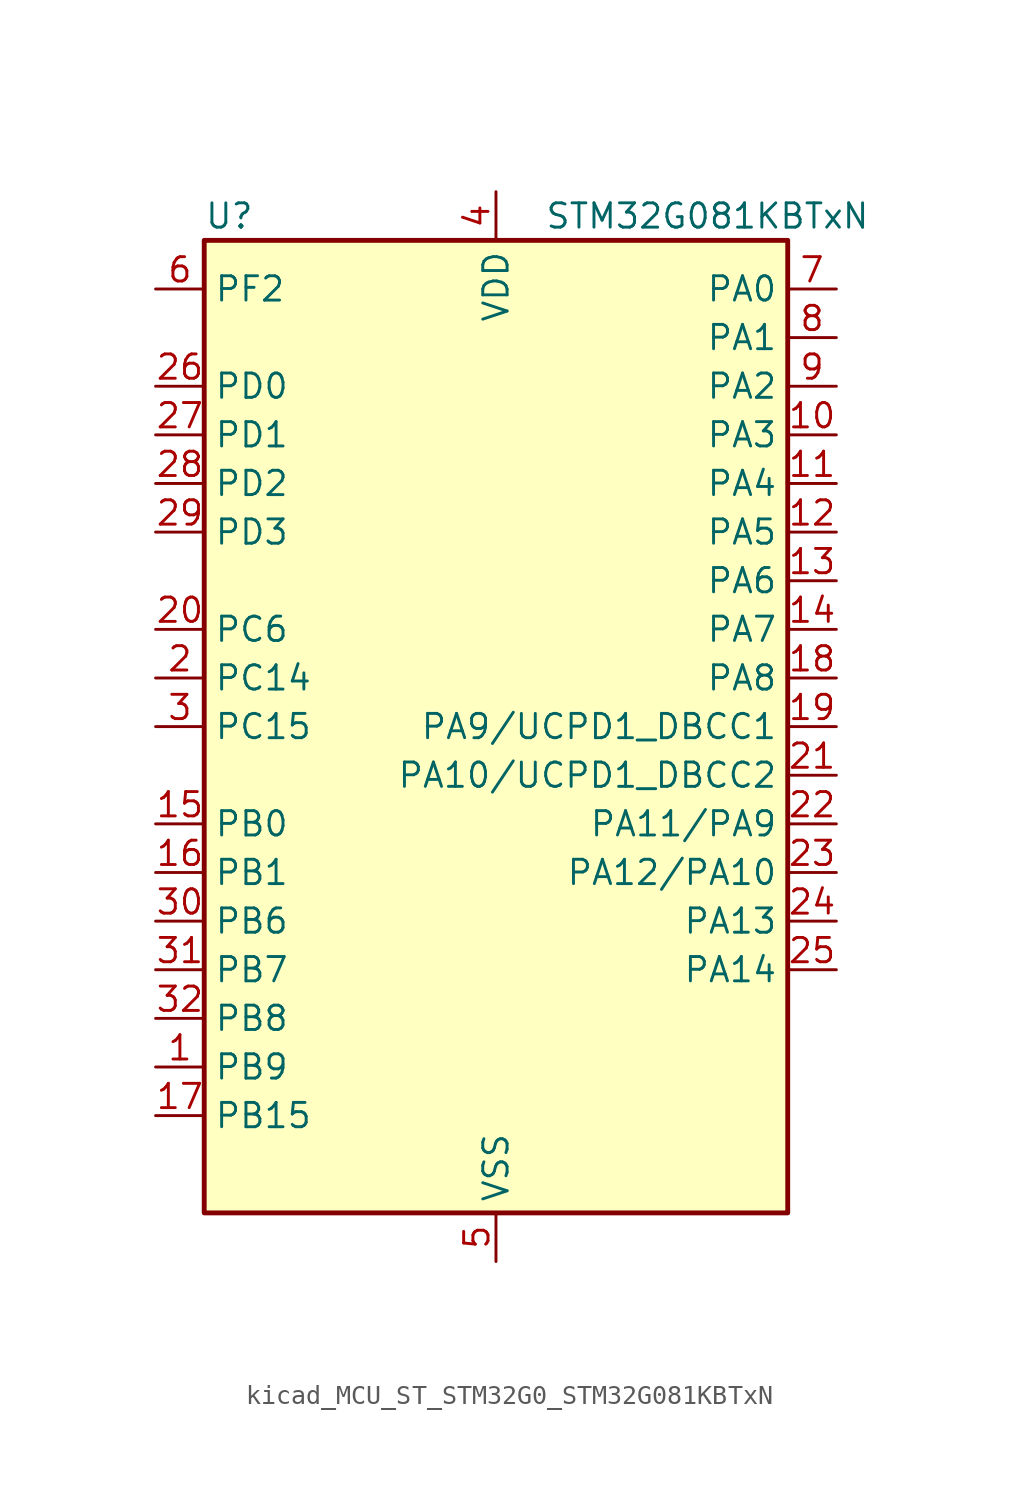
<source format=kicad_sym>
(kicad_symbol_lib
  (version 20220914)
  (generator kicad_symbol_editor)
  (symbol "kicad_MCU_ST_STM32G0_STM32G081KBTxN"
    (property "Reference" "U"
      (at -15.24 26.67 0)
      (effects (font (size 1.27 1.27)) (justify left)))
    (property "Value" "STM32G081KBTxN"
      (at 2.54 26.67 0)
      (effects (font (size 1.27 1.27)) (justify left)))
    (property "ki_locked" ""
      (at 0 0 0)
      (effects (font (size 1.27 1.27))))
    (symbol "kicad_MCU_ST_STM32G0_STM32G081KBTxN_0_1"
      (rectangle (start -15.24 -25.4) (end 15.24 25.4) (stroke (width 0.254) (type default)) (fill (type background))))
    (symbol "kicad_MCU_ST_STM32G0_STM32G081KBTxN_1_1"
      (pin bidirectional line (at -17.78 -17.78 0) (length 2.54) (name "PB9" (effects (font (size 1.27 1.27)))) (number "1" (effects (font (size 1.27 1.27)))) (alternate "DAC1_EXTI9" bidirectional line) (alternate "I2C1_SDA" bidirectional line) (alternate "IR_OUT" bidirectional line) (alternate "SPI2_NSS" bidirectional line) (alternate "TIM17_CH1" bidirectional line) (alternate "UCPD2_FRSTX1" bidirectional line) (alternate "UCPD2_FRSTX2" bidirectional line) (alternate "USART3_RX" bidirectional line))
      (pin bidirectional line (at 17.78 15.24 180) (length 2.54) (name "PA3" (effects (font (size 1.27 1.27)))) (number "10" (effects (font (size 1.27 1.27)))) (alternate "ADC1_IN3" bidirectional line) (alternate "COMP2_INP" bidirectional line) (alternate "LPUART1_RX" bidirectional line) (alternate "SPI2_MISO" bidirectional line) (alternate "TIM15_CH2" bidirectional line) (alternate "TIM2_CH4" bidirectional line) (alternate "UCPD2_FRSTX1" bidirectional line) (alternate "UCPD2_FRSTX2" bidirectional line) (alternate "USART2_RX" bidirectional line))
      (pin bidirectional line (at 17.78 12.7 180) (length 2.54) (name "PA4" (effects (font (size 1.27 1.27)))) (number "11" (effects (font (size 1.27 1.27)))) (alternate "ADC1_IN4" bidirectional line) (alternate "DAC1_OUT1" bidirectional line) (alternate "I2S1_WS" bidirectional line) (alternate "LPTIM2_OUT" bidirectional line) (alternate "RTC_OUT_ALARM" bidirectional line) (alternate "RTC_OUT_CALIB" bidirectional line) (alternate "RTC_TAMP_IN1" bidirectional line) (alternate "RTC_TS" bidirectional line) (alternate "SPI1_NSS" bidirectional line) (alternate "SPI2_MOSI" bidirectional line) (alternate "SYS_WKUP2" bidirectional line) (alternate "TIM14_CH1" bidirectional line) (alternate "UCPD2_FRSTX1" bidirectional line) (alternate "UCPD2_FRSTX2" bidirectional line))
      (pin bidirectional line (at 17.78 10.16 180) (length 2.54) (name "PA5" (effects (font (size 1.27 1.27)))) (number "12" (effects (font (size 1.27 1.27)))) (alternate "ADC1_IN5" bidirectional line) (alternate "CEC" bidirectional line) (alternate "DAC1_OUT2" bidirectional line) (alternate "I2S1_CK" bidirectional line) (alternate "LPTIM2_ETR" bidirectional line) (alternate "SPI1_SCK" bidirectional line) (alternate "TIM2_CH1" bidirectional line) (alternate "TIM2_ETR" bidirectional line) (alternate "UCPD1_FRSTX1" bidirectional line) (alternate "UCPD1_FRSTX2" bidirectional line) (alternate "USART3_TX" bidirectional line))
      (pin bidirectional line (at 17.78 7.62 180) (length 2.54) (name "PA6" (effects (font (size 1.27 1.27)))) (number "13" (effects (font (size 1.27 1.27)))) (alternate "ADC1_IN6" bidirectional line) (alternate "COMP1_OUT" bidirectional line) (alternate "I2S1_MCK" bidirectional line) (alternate "LPUART1_CTS" bidirectional line) (alternate "SPI1_MISO" bidirectional line) (alternate "TIM16_CH1" bidirectional line) (alternate "TIM1_BK" bidirectional line) (alternate "TIM3_CH1" bidirectional line) (alternate "USART3_CTS" bidirectional line) (alternate "USART3_NSS" bidirectional line))
      (pin bidirectional line (at 17.78 5.08 180) (length 2.54) (name "PA7" (effects (font (size 1.27 1.27)))) (number "14" (effects (font (size 1.27 1.27)))) (alternate "ADC1_IN7" bidirectional line) (alternate "COMP2_OUT" bidirectional line) (alternate "I2S1_SD" bidirectional line) (alternate "SPI1_MOSI" bidirectional line) (alternate "TIM14_CH1" bidirectional line) (alternate "TIM17_CH1" bidirectional line) (alternate "TIM1_CH1N" bidirectional line) (alternate "TIM3_CH2" bidirectional line) (alternate "UCPD1_FRSTX1" bidirectional line) (alternate "UCPD1_FRSTX2" bidirectional line))
      (pin bidirectional line (at -17.78 -5.08 0) (length 2.54) (name "PB0" (effects (font (size 1.27 1.27)))) (number "15" (effects (font (size 1.27 1.27)))) (alternate "ADC1_IN8" bidirectional line) (alternate "COMP1_OUT" bidirectional line) (alternate "I2S1_WS" bidirectional line) (alternate "LPTIM1_OUT" bidirectional line) (alternate "SPI1_NSS" bidirectional line) (alternate "TIM1_CH2N" bidirectional line) (alternate "TIM3_CH3" bidirectional line) (alternate "UCPD1_FRSTX1" bidirectional line) (alternate "UCPD1_FRSTX2" bidirectional line) (alternate "USART3_RX" bidirectional line))
      (pin bidirectional line (at -17.78 -7.62 0) (length 2.54) (name "PB1" (effects (font (size 1.27 1.27)))) (number "16" (effects (font (size 1.27 1.27)))) (alternate "ADC1_IN9" bidirectional line) (alternate "COMP1_INM" bidirectional line) (alternate "LPTIM2_IN1" bidirectional line) (alternate "LPUART1_DE" bidirectional line) (alternate "LPUART1_RTS" bidirectional line) (alternate "TIM14_CH1" bidirectional line) (alternate "TIM1_CH3N" bidirectional line) (alternate "TIM3_CH4" bidirectional line) (alternate "USART3_CK" bidirectional line) (alternate "USART3_DE" bidirectional line) (alternate "USART3_RTS" bidirectional line))
      (pin bidirectional line (at -17.78 -20.32 0) (length 2.54) (name "PB15" (effects (font (size 1.27 1.27)))) (number "17" (effects (font (size 1.27 1.27)))) (alternate "RTC_REFIN" bidirectional line) (alternate "SPI2_MOSI" bidirectional line) (alternate "TIM15_CH1N" bidirectional line) (alternate "TIM15_CH2" bidirectional line) (alternate "TIM1_CH3N" bidirectional line) (alternate "UCPD1_CC2" bidirectional line))
      (pin bidirectional line (at 17.78 2.54 180) (length 2.54) (name "PA8" (effects (font (size 1.27 1.27)))) (number "18" (effects (font (size 1.27 1.27)))) (alternate "LPTIM2_OUT" bidirectional line) (alternate "RCC_MCO" bidirectional line) (alternate "SPI2_NSS" bidirectional line) (alternate "TIM1_CH1" bidirectional line) (alternate "UCPD1_CC1" bidirectional line))
      (pin bidirectional line (at 17.78 0 180) (length 2.54) (name "PA9/UCPD1_DBCC1" (effects (font (size 1.27 1.27)))) (number "19" (effects (font (size 1.27 1.27)))) (alternate "DAC1_EXTI9" bidirectional line) (alternate "I2C1_SCL" bidirectional line) (alternate "RCC_MCO" bidirectional line) (alternate "SPI2_MISO" bidirectional line) (alternate "TIM15_BK" bidirectional line) (alternate "TIM1_CH2" bidirectional line) (alternate "UCPD1_DBCC1" bidirectional line) (alternate "USART1_TX" bidirectional line))
      (pin bidirectional line (at -17.78 2.54 0) (length 2.54) (name "PC14" (effects (font (size 1.27 1.27)))) (number "2" (effects (font (size 1.27 1.27)))) (alternate "RCC_OSC32_IN" bidirectional line) (alternate "RCC_OSC_IN" bidirectional line) (alternate "TIM1_BK2" bidirectional line))
      (pin bidirectional line (at -17.78 5.08 0) (length 2.54) (name "PC6" (effects (font (size 1.27 1.27)))) (number "20" (effects (font (size 1.27 1.27)))) (alternate "TIM2_CH3" bidirectional line) (alternate "TIM3_CH1" bidirectional line) (alternate "UCPD1_FRSTX1" bidirectional line) (alternate "UCPD1_FRSTX2" bidirectional line))
      (pin bidirectional line (at 17.78 -2.54 180) (length 2.54) (name "PA10/UCPD1_DBCC2" (effects (font (size 1.27 1.27)))) (number "21" (effects (font (size 1.27 1.27)))) (alternate "I2C1_SDA" bidirectional line) (alternate "SPI2_MOSI" bidirectional line) (alternate "TIM17_BK" bidirectional line) (alternate "TIM1_CH3" bidirectional line) (alternate "UCPD1_DBCC2" bidirectional line) (alternate "USART1_RX" bidirectional line))
      (pin bidirectional line (at 17.78 -5.08 180) (length 2.54) (name "PA11/PA9" (effects (font (size 1.27 1.27)))) (number "22" (effects (font (size 1.27 1.27)))) (alternate "ADC1_EXTI11" bidirectional line) (alternate "COMP1_OUT" bidirectional line) (alternate "I2C2_SCL" bidirectional line) (alternate "I2S1_MCK" bidirectional line) (alternate "SPI1_MISO" bidirectional line) (alternate "TIM1_BK2" bidirectional line) (alternate "TIM1_CH4" bidirectional line) (alternate "USART1_CTS" bidirectional line) (alternate "USART1_NSS" bidirectional line))
      (pin bidirectional line (at 17.78 -7.62 180) (length 2.54) (name "PA12/PA10" (effects (font (size 1.27 1.27)))) (number "23" (effects (font (size 1.27 1.27)))) (alternate "COMP2_OUT" bidirectional line) (alternate "I2C2_SDA" bidirectional line) (alternate "I2S1_SD" bidirectional line) (alternate "I2S_CKIN" bidirectional line) (alternate "SPI1_MOSI" bidirectional line) (alternate "TIM1_ETR" bidirectional line) (alternate "USART1_CK" bidirectional line) (alternate "USART1_DE" bidirectional line) (alternate "USART1_RTS" bidirectional line))
      (pin bidirectional line (at 17.78 -10.16 180) (length 2.54) (name "PA13" (effects (font (size 1.27 1.27)))) (number "24" (effects (font (size 1.27 1.27)))) (alternate "IR_OUT" bidirectional line) (alternate "SYS_SWDIO" bidirectional line))
      (pin bidirectional line (at 17.78 -12.7 180) (length 2.54) (name "PA14" (effects (font (size 1.27 1.27)))) (number "25" (effects (font (size 1.27 1.27)))) (alternate "SYS_SWCLK" bidirectional line) (alternate "USART2_TX" bidirectional line))
      (pin bidirectional line (at -17.78 17.78 0) (length 2.54) (name "PD0" (effects (font (size 1.27 1.27)))) (number "26" (effects (font (size 1.27 1.27)))) (alternate "SPI2_NSS" bidirectional line) (alternate "TIM16_CH1" bidirectional line) (alternate "UCPD2_CC1" bidirectional line))
      (pin bidirectional line (at -17.78 15.24 0) (length 2.54) (name "PD1" (effects (font (size 1.27 1.27)))) (number "27" (effects (font (size 1.27 1.27)))) (alternate "SPI2_SCK" bidirectional line) (alternate "TIM17_CH1" bidirectional line) (alternate "UCPD2_DBCC1" bidirectional line))
      (pin bidirectional line (at -17.78 12.7 0) (length 2.54) (name "PD2" (effects (font (size 1.27 1.27)))) (number "28" (effects (font (size 1.27 1.27)))) (alternate "TIM1_CH1N" bidirectional line) (alternate "TIM3_ETR" bidirectional line) (alternate "UCPD2_CC2" bidirectional line) (alternate "USART3_CK" bidirectional line) (alternate "USART3_DE" bidirectional line) (alternate "USART3_RTS" bidirectional line))
      (pin bidirectional line (at -17.78 10.16 0) (length 2.54) (name "PD3" (effects (font (size 1.27 1.27)))) (number "29" (effects (font (size 1.27 1.27)))) (alternate "SPI2_MISO" bidirectional line) (alternate "TIM1_CH2N" bidirectional line) (alternate "UCPD2_DBCC2" bidirectional line) (alternate "USART2_CTS" bidirectional line) (alternate "USART2_NSS" bidirectional line))
      (pin bidirectional line (at -17.78 0 0) (length 2.54) (name "PC15" (effects (font (size 1.27 1.27)))) (number "3" (effects (font (size 1.27 1.27)))) (alternate "RCC_OSC32_EN" bidirectional line) (alternate "RCC_OSC32_OUT" bidirectional line) (alternate "RCC_OSC_EN" bidirectional line) (alternate "TIM15_BK" bidirectional line))
      (pin bidirectional line (at -17.78 -10.16 0) (length 2.54) (name "PB6" (effects (font (size 1.27 1.27)))) (number "30" (effects (font (size 1.27 1.27)))) (alternate "COMP2_INP" bidirectional line) (alternate "I2C1_SCL" bidirectional line) (alternate "LPTIM1_ETR" bidirectional line) (alternate "SPI2_MISO" bidirectional line) (alternate "TIM16_CH1N" bidirectional line) (alternate "TIM1_CH3" bidirectional line) (alternate "USART1_TX" bidirectional line))
      (pin bidirectional line (at -17.78 -12.7 0) (length 2.54) (name "PB7" (effects (font (size 1.27 1.27)))) (number "31" (effects (font (size 1.27 1.27)))) (alternate "COMP2_INM" bidirectional line) (alternate "I2C1_SDA" bidirectional line) (alternate "LPTIM1_IN2" bidirectional line) (alternate "SPI2_MOSI" bidirectional line) (alternate "SYS_PVD_IN" bidirectional line) (alternate "TIM17_CH1N" bidirectional line) (alternate "USART1_RX" bidirectional line) (alternate "USART4_CTS" bidirectional line) (alternate "USART4_NSS" bidirectional line))
      (pin bidirectional line (at -17.78 -15.24 0) (length 2.54) (name "PB8" (effects (font (size 1.27 1.27)))) (number "32" (effects (font (size 1.27 1.27)))) (alternate "CEC" bidirectional line) (alternate "I2C1_SCL" bidirectional line) (alternate "SPI2_SCK" bidirectional line) (alternate "TIM15_BK" bidirectional line) (alternate "TIM16_CH1" bidirectional line) (alternate "USART3_TX" bidirectional line))
      (pin power_in line (at 0 27.94 270) (length 2.54) (name "VDD" (effects (font (size 1.27 1.27)))) (number "4" (effects (font (size 1.27 1.27)))))
      (pin power_in line (at 0 -27.94 90) (length 2.54) (name "VSS" (effects (font (size 1.27 1.27)))) (number "5" (effects (font (size 1.27 1.27)))))
      (pin bidirectional line (at -17.78 22.86 0) (length 2.54) (name "PF2" (effects (font (size 1.27 1.27)))) (number "6" (effects (font (size 1.27 1.27)))) (alternate "RCC_MCO" bidirectional line))
      (pin bidirectional line (at 17.78 22.86 180) (length 2.54) (name "PA0" (effects (font (size 1.27 1.27)))) (number "7" (effects (font (size 1.27 1.27)))) (alternate "ADC1_IN0" bidirectional line) (alternate "COMP1_INM" bidirectional line) (alternate "COMP1_OUT" bidirectional line) (alternate "LPTIM1_OUT" bidirectional line) (alternate "RTC_TAMP_IN2" bidirectional line) (alternate "SPI2_SCK" bidirectional line) (alternate "SYS_WKUP1" bidirectional line) (alternate "TIM2_CH1" bidirectional line) (alternate "TIM2_ETR" bidirectional line) (alternate "UCPD2_FRSTX1" bidirectional line) (alternate "UCPD2_FRSTX2" bidirectional line) (alternate "USART2_CTS" bidirectional line) (alternate "USART2_NSS" bidirectional line) (alternate "USART4_TX" bidirectional line))
      (pin bidirectional line (at 17.78 20.32 180) (length 2.54) (name "PA1" (effects (font (size 1.27 1.27)))) (number "8" (effects (font (size 1.27 1.27)))) (alternate "ADC1_IN1" bidirectional line) (alternate "COMP1_INP" bidirectional line) (alternate "I2C1_SMBA" bidirectional line) (alternate "I2S1_CK" bidirectional line) (alternate "SPI1_SCK" bidirectional line) (alternate "TIM15_CH1N" bidirectional line) (alternate "TIM2_CH2" bidirectional line) (alternate "USART2_CK" bidirectional line) (alternate "USART2_DE" bidirectional line) (alternate "USART2_RTS" bidirectional line) (alternate "USART4_RX" bidirectional line))
      (pin bidirectional line (at 17.78 17.78 180) (length 2.54) (name "PA2" (effects (font (size 1.27 1.27)))) (number "9" (effects (font (size 1.27 1.27)))) (alternate "ADC1_IN2" bidirectional line) (alternate "COMP2_INM" bidirectional line) (alternate "COMP2_OUT" bidirectional line) (alternate "I2S1_SD" bidirectional line) (alternate "LPUART1_TX" bidirectional line) (alternate "RCC_LSCO" bidirectional line) (alternate "SPI1_MOSI" bidirectional line) (alternate "SYS_WKUP4" bidirectional line) (alternate "TIM15_CH1" bidirectional line) (alternate "TIM2_CH3" bidirectional line) (alternate "UCPD1_FRSTX1" bidirectional line) (alternate "UCPD1_FRSTX2" bidirectional line) (alternate "USART2_TX" bidirectional line)))))
</source>
